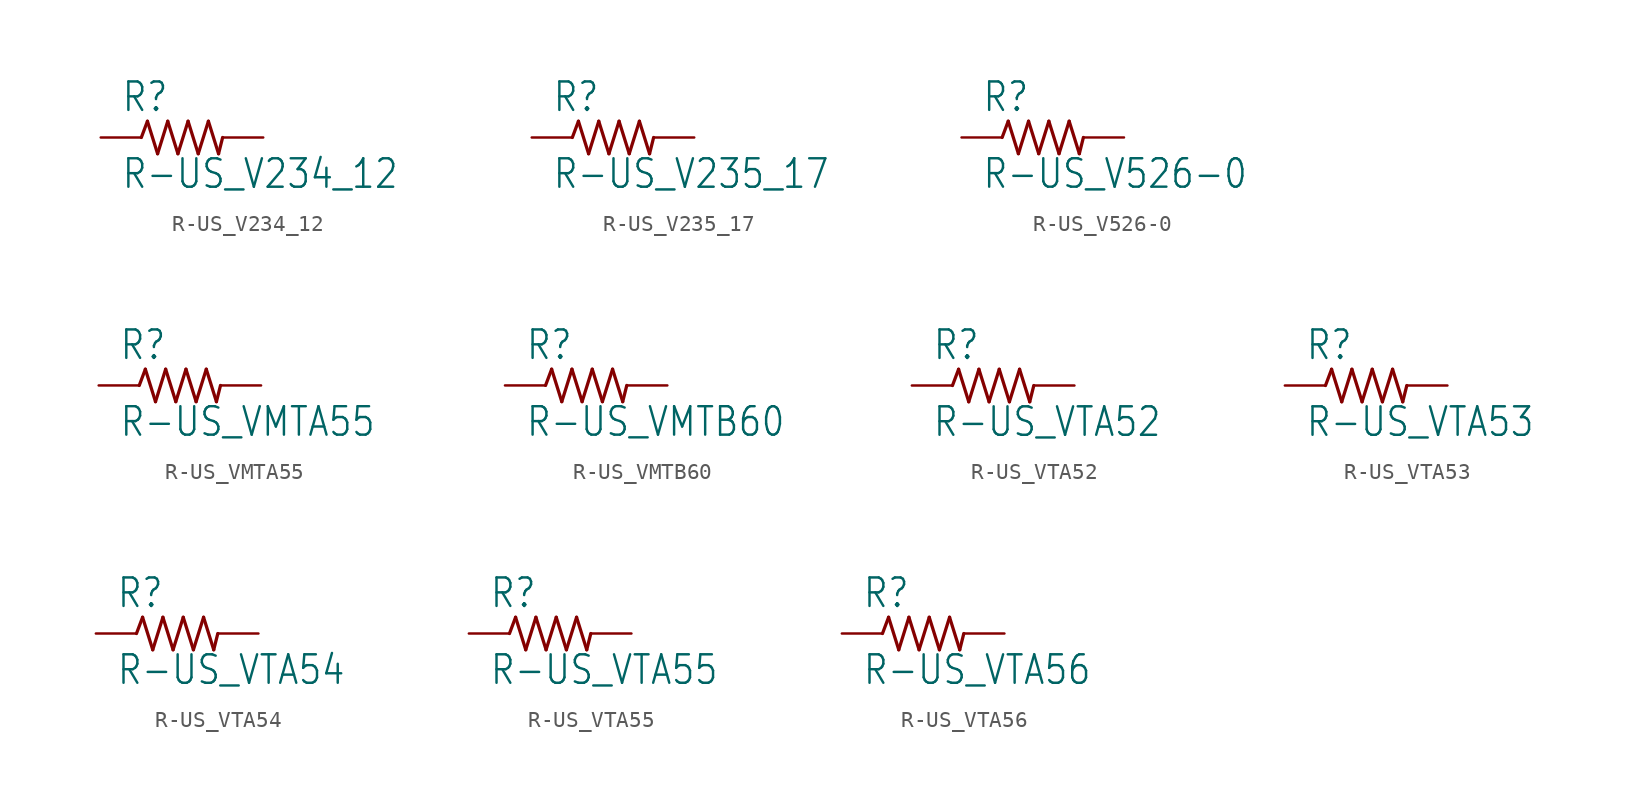
<source format=kicad_sym>
(kicad_symbol_lib
  (version 20201005)
  (generator kicad_symbol_editor)
  (symbol "R-US_V234_12"
    (property "Reference" "R"
      (at -3.81 1.499 0)
      (effects (font (size 1.778 1.511)) (justify left bottom)))
    (property "Value" "R-US_V234_12"
      (at -3.81 -3.302 0)
      (effects (font (size 1.778 1.511)) (justify left bottom)))
    (property "ki_locked" ""
      (at 0 0 0)
      (effects (font (size 1.27 1.27))))
    (symbol "R-US_V234_12_1_0"
      (polyline (pts (xy -2.54 0) (xy -2.159 1.016)) (stroke (width 0.203)) (fill (type none)))
      (polyline (pts (xy -2.159 1.016) (xy -1.524 -1.016)) (stroke (width 0.203)) (fill (type none)))
      (polyline (pts (xy -1.524 -1.016) (xy -0.889 1.016)) (stroke (width 0.203)) (fill (type none)))
      (polyline (pts (xy -0.889 1.016) (xy -0.254 -1.016)) (stroke (width 0.203)) (fill (type none)))
      (polyline (pts (xy -0.254 -1.016) (xy 0.381 1.016)) (stroke (width 0.203)) (fill (type none)))
      (polyline (pts (xy 0.381 1.016) (xy 1.016 -1.016)) (stroke (width 0.203)) (fill (type none)))
      (polyline (pts (xy 1.016 -1.016) (xy 1.651 1.016)) (stroke (width 0.203)) (fill (type none)))
      (polyline (pts (xy 1.651 1.016) (xy 2.286 -1.016)) (stroke (width 0.203)) (fill (type none)))
      (polyline (pts (xy 2.286 -1.016) (xy 2.54 0)) (stroke (width 0.203)) (fill (type none)))
      (pin passive line (at 5.08 0 180) (length 2.54) (name "2" (effects (font (size 0 0)))) (number "2" (effects (font (size 0 0)))))
      (pin passive line (at -5.08 0 0) (length 2.54) (name "1" (effects (font (size 0 0)))) (number "1" (effects (font (size 0 0)))))))
  (symbol "R-US_V235_17"
    (property "Reference" "R"
      (at -3.81 1.499 0)
      (effects (font (size 1.778 1.511)) (justify left bottom)))
    (property "Value" "R-US_V235_17"
      (at -3.81 -3.302 0)
      (effects (font (size 1.778 1.511)) (justify left bottom)))
    (property "ki_locked" ""
      (at 0 0 0)
      (effects (font (size 1.27 1.27))))
    (symbol "R-US_V235_17_1_0"
      (polyline (pts (xy -2.54 0) (xy -2.159 1.016)) (stroke (width 0.203)) (fill (type none)))
      (polyline (pts (xy -2.159 1.016) (xy -1.524 -1.016)) (stroke (width 0.203)) (fill (type none)))
      (polyline (pts (xy -1.524 -1.016) (xy -0.889 1.016)) (stroke (width 0.203)) (fill (type none)))
      (polyline (pts (xy -0.889 1.016) (xy -0.254 -1.016)) (stroke (width 0.203)) (fill (type none)))
      (polyline (pts (xy -0.254 -1.016) (xy 0.381 1.016)) (stroke (width 0.203)) (fill (type none)))
      (polyline (pts (xy 0.381 1.016) (xy 1.016 -1.016)) (stroke (width 0.203)) (fill (type none)))
      (polyline (pts (xy 1.016 -1.016) (xy 1.651 1.016)) (stroke (width 0.203)) (fill (type none)))
      (polyline (pts (xy 1.651 1.016) (xy 2.286 -1.016)) (stroke (width 0.203)) (fill (type none)))
      (polyline (pts (xy 2.286 -1.016) (xy 2.54 0)) (stroke (width 0.203)) (fill (type none)))
      (pin passive line (at 5.08 0 180) (length 2.54) (name "2" (effects (font (size 0 0)))) (number "2" (effects (font (size 0 0)))))
      (pin passive line (at -5.08 0 0) (length 2.54) (name "1" (effects (font (size 0 0)))) (number "1" (effects (font (size 0 0)))))))
  (symbol "R-US_V526-0"
    (property "Reference" "R"
      (at -3.81 1.499 0)
      (effects (font (size 1.778 1.511)) (justify left bottom)))
    (property "Value" "R-US_V526-0"
      (at -3.81 -3.302 0)
      (effects (font (size 1.778 1.511)) (justify left bottom)))
    (property "ki_locked" ""
      (at 0 0 0)
      (effects (font (size 1.27 1.27))))
    (symbol "R-US_V526-0_1_0"
      (polyline (pts (xy -2.54 0) (xy -2.159 1.016)) (stroke (width 0.203)) (fill (type none)))
      (polyline (pts (xy -2.159 1.016) (xy -1.524 -1.016)) (stroke (width 0.203)) (fill (type none)))
      (polyline (pts (xy -1.524 -1.016) (xy -0.889 1.016)) (stroke (width 0.203)) (fill (type none)))
      (polyline (pts (xy -0.889 1.016) (xy -0.254 -1.016)) (stroke (width 0.203)) (fill (type none)))
      (polyline (pts (xy -0.254 -1.016) (xy 0.381 1.016)) (stroke (width 0.203)) (fill (type none)))
      (polyline (pts (xy 0.381 1.016) (xy 1.016 -1.016)) (stroke (width 0.203)) (fill (type none)))
      (polyline (pts (xy 1.016 -1.016) (xy 1.651 1.016)) (stroke (width 0.203)) (fill (type none)))
      (polyline (pts (xy 1.651 1.016) (xy 2.286 -1.016)) (stroke (width 0.203)) (fill (type none)))
      (polyline (pts (xy 2.286 -1.016) (xy 2.54 0)) (stroke (width 0.203)) (fill (type none)))
      (pin passive line (at 5.08 0 180) (length 2.54) (name "2" (effects (font (size 0 0)))) (number "2" (effects (font (size 0 0)))))
      (pin passive line (at -5.08 0 0) (length 2.54) (name "1" (effects (font (size 0 0)))) (number "1" (effects (font (size 0 0)))))))
  (symbol "R-US_VMTA55"
    (property "Reference" "R"
      (at -3.81 1.499 0)
      (effects (font (size 1.778 1.511)) (justify left bottom)))
    (property "Value" "R-US_VMTA55"
      (at -3.81 -3.302 0)
      (effects (font (size 1.778 1.511)) (justify left bottom)))
    (property "ki_locked" ""
      (at 0 0 0)
      (effects (font (size 1.27 1.27))))
    (symbol "R-US_VMTA55_1_0"
      (polyline (pts (xy -2.54 0) (xy -2.159 1.016)) (stroke (width 0.203)) (fill (type none)))
      (polyline (pts (xy -2.159 1.016) (xy -1.524 -1.016)) (stroke (width 0.203)) (fill (type none)))
      (polyline (pts (xy -1.524 -1.016) (xy -0.889 1.016)) (stroke (width 0.203)) (fill (type none)))
      (polyline (pts (xy -0.889 1.016) (xy -0.254 -1.016)) (stroke (width 0.203)) (fill (type none)))
      (polyline (pts (xy -0.254 -1.016) (xy 0.381 1.016)) (stroke (width 0.203)) (fill (type none)))
      (polyline (pts (xy 0.381 1.016) (xy 1.016 -1.016)) (stroke (width 0.203)) (fill (type none)))
      (polyline (pts (xy 1.016 -1.016) (xy 1.651 1.016)) (stroke (width 0.203)) (fill (type none)))
      (polyline (pts (xy 1.651 1.016) (xy 2.286 -1.016)) (stroke (width 0.203)) (fill (type none)))
      (polyline (pts (xy 2.286 -1.016) (xy 2.54 0)) (stroke (width 0.203)) (fill (type none)))
      (pin passive line (at 5.08 0 180) (length 2.54) (name "2" (effects (font (size 0 0)))) (number "2" (effects (font (size 0 0)))))
      (pin passive line (at -5.08 0 0) (length 2.54) (name "1" (effects (font (size 0 0)))) (number "1" (effects (font (size 0 0)))))))
  (symbol "R-US_VMTB60"
    (property "Reference" "R"
      (at -3.81 1.499 0)
      (effects (font (size 1.778 1.511)) (justify left bottom)))
    (property "Value" "R-US_VMTB60"
      (at -3.81 -3.302 0)
      (effects (font (size 1.778 1.511)) (justify left bottom)))
    (property "ki_locked" ""
      (at 0 0 0)
      (effects (font (size 1.27 1.27))))
    (symbol "R-US_VMTB60_1_0"
      (polyline (pts (xy -2.54 0) (xy -2.159 1.016)) (stroke (width 0.203)) (fill (type none)))
      (polyline (pts (xy -2.159 1.016) (xy -1.524 -1.016)) (stroke (width 0.203)) (fill (type none)))
      (polyline (pts (xy -1.524 -1.016) (xy -0.889 1.016)) (stroke (width 0.203)) (fill (type none)))
      (polyline (pts (xy -0.889 1.016) (xy -0.254 -1.016)) (stroke (width 0.203)) (fill (type none)))
      (polyline (pts (xy -0.254 -1.016) (xy 0.381 1.016)) (stroke (width 0.203)) (fill (type none)))
      (polyline (pts (xy 0.381 1.016) (xy 1.016 -1.016)) (stroke (width 0.203)) (fill (type none)))
      (polyline (pts (xy 1.016 -1.016) (xy 1.651 1.016)) (stroke (width 0.203)) (fill (type none)))
      (polyline (pts (xy 1.651 1.016) (xy 2.286 -1.016)) (stroke (width 0.203)) (fill (type none)))
      (polyline (pts (xy 2.286 -1.016) (xy 2.54 0)) (stroke (width 0.203)) (fill (type none)))
      (pin passive line (at 5.08 0 180) (length 2.54) (name "2" (effects (font (size 0 0)))) (number "2" (effects (font (size 0 0)))))
      (pin passive line (at -5.08 0 0) (length 2.54) (name "1" (effects (font (size 0 0)))) (number "1" (effects (font (size 0 0)))))))
  (symbol "R-US_VTA52"
    (property "Reference" "R"
      (at -3.81 1.499 0)
      (effects (font (size 1.778 1.511)) (justify left bottom)))
    (property "Value" "R-US_VTA52"
      (at -3.81 -3.302 0)
      (effects (font (size 1.778 1.511)) (justify left bottom)))
    (property "ki_locked" ""
      (at 0 0 0)
      (effects (font (size 1.27 1.27))))
    (symbol "R-US_VTA52_1_0"
      (polyline (pts (xy -2.54 0) (xy -2.159 1.016)) (stroke (width 0.203)) (fill (type none)))
      (polyline (pts (xy -2.159 1.016) (xy -1.524 -1.016)) (stroke (width 0.203)) (fill (type none)))
      (polyline (pts (xy -1.524 -1.016) (xy -0.889 1.016)) (stroke (width 0.203)) (fill (type none)))
      (polyline (pts (xy -0.889 1.016) (xy -0.254 -1.016)) (stroke (width 0.203)) (fill (type none)))
      (polyline (pts (xy -0.254 -1.016) (xy 0.381 1.016)) (stroke (width 0.203)) (fill (type none)))
      (polyline (pts (xy 0.381 1.016) (xy 1.016 -1.016)) (stroke (width 0.203)) (fill (type none)))
      (polyline (pts (xy 1.016 -1.016) (xy 1.651 1.016)) (stroke (width 0.203)) (fill (type none)))
      (polyline (pts (xy 1.651 1.016) (xy 2.286 -1.016)) (stroke (width 0.203)) (fill (type none)))
      (polyline (pts (xy 2.286 -1.016) (xy 2.54 0)) (stroke (width 0.203)) (fill (type none)))
      (pin passive line (at 5.08 0 180) (length 2.54) (name "2" (effects (font (size 0 0)))) (number "2" (effects (font (size 0 0)))))
      (pin passive line (at -5.08 0 0) (length 2.54) (name "1" (effects (font (size 0 0)))) (number "1" (effects (font (size 0 0)))))))
  (symbol "R-US_VTA53"
    (property "Reference" "R"
      (at -3.81 1.499 0)
      (effects (font (size 1.778 1.511)) (justify left bottom)))
    (property "Value" "R-US_VTA53"
      (at -3.81 -3.302 0)
      (effects (font (size 1.778 1.511)) (justify left bottom)))
    (property "ki_locked" ""
      (at 0 0 0)
      (effects (font (size 1.27 1.27))))
    (symbol "R-US_VTA53_1_0"
      (polyline (pts (xy -2.54 0) (xy -2.159 1.016)) (stroke (width 0.203)) (fill (type none)))
      (polyline (pts (xy -2.159 1.016) (xy -1.524 -1.016)) (stroke (width 0.203)) (fill (type none)))
      (polyline (pts (xy -1.524 -1.016) (xy -0.889 1.016)) (stroke (width 0.203)) (fill (type none)))
      (polyline (pts (xy -0.889 1.016) (xy -0.254 -1.016)) (stroke (width 0.203)) (fill (type none)))
      (polyline (pts (xy -0.254 -1.016) (xy 0.381 1.016)) (stroke (width 0.203)) (fill (type none)))
      (polyline (pts (xy 0.381 1.016) (xy 1.016 -1.016)) (stroke (width 0.203)) (fill (type none)))
      (polyline (pts (xy 1.016 -1.016) (xy 1.651 1.016)) (stroke (width 0.203)) (fill (type none)))
      (polyline (pts (xy 1.651 1.016) (xy 2.286 -1.016)) (stroke (width 0.203)) (fill (type none)))
      (polyline (pts (xy 2.286 -1.016) (xy 2.54 0)) (stroke (width 0.203)) (fill (type none)))
      (pin passive line (at 5.08 0 180) (length 2.54) (name "2" (effects (font (size 0 0)))) (number "2" (effects (font (size 0 0)))))
      (pin passive line (at -5.08 0 0) (length 2.54) (name "1" (effects (font (size 0 0)))) (number "1" (effects (font (size 0 0)))))))
  (symbol "R-US_VTA54"
    (property "Reference" "R"
      (at -3.81 1.499 0)
      (effects (font (size 1.778 1.511)) (justify left bottom)))
    (property "Value" "R-US_VTA54"
      (at -3.81 -3.302 0)
      (effects (font (size 1.778 1.511)) (justify left bottom)))
    (property "ki_locked" ""
      (at 0 0 0)
      (effects (font (size 1.27 1.27))))
    (symbol "R-US_VTA54_1_0"
      (polyline (pts (xy -2.54 0) (xy -2.159 1.016)) (stroke (width 0.203)) (fill (type none)))
      (polyline (pts (xy -2.159 1.016) (xy -1.524 -1.016)) (stroke (width 0.203)) (fill (type none)))
      (polyline (pts (xy -1.524 -1.016) (xy -0.889 1.016)) (stroke (width 0.203)) (fill (type none)))
      (polyline (pts (xy -0.889 1.016) (xy -0.254 -1.016)) (stroke (width 0.203)) (fill (type none)))
      (polyline (pts (xy -0.254 -1.016) (xy 0.381 1.016)) (stroke (width 0.203)) (fill (type none)))
      (polyline (pts (xy 0.381 1.016) (xy 1.016 -1.016)) (stroke (width 0.203)) (fill (type none)))
      (polyline (pts (xy 1.016 -1.016) (xy 1.651 1.016)) (stroke (width 0.203)) (fill (type none)))
      (polyline (pts (xy 1.651 1.016) (xy 2.286 -1.016)) (stroke (width 0.203)) (fill (type none)))
      (polyline (pts (xy 2.286 -1.016) (xy 2.54 0)) (stroke (width 0.203)) (fill (type none)))
      (pin passive line (at 5.08 0 180) (length 2.54) (name "2" (effects (font (size 0 0)))) (number "2" (effects (font (size 0 0)))))
      (pin passive line (at -5.08 0 0) (length 2.54) (name "1" (effects (font (size 0 0)))) (number "1" (effects (font (size 0 0)))))))
  (symbol "R-US_VTA55"
    (property "Reference" "R"
      (at -3.81 1.499 0)
      (effects (font (size 1.778 1.511)) (justify left bottom)))
    (property "Value" "R-US_VTA55"
      (at -3.81 -3.302 0)
      (effects (font (size 1.778 1.511)) (justify left bottom)))
    (property "ki_locked" ""
      (at 0 0 0)
      (effects (font (size 1.27 1.27))))
    (symbol "R-US_VTA55_1_0"
      (polyline (pts (xy -2.54 0) (xy -2.159 1.016)) (stroke (width 0.203)) (fill (type none)))
      (polyline (pts (xy -2.159 1.016) (xy -1.524 -1.016)) (stroke (width 0.203)) (fill (type none)))
      (polyline (pts (xy -1.524 -1.016) (xy -0.889 1.016)) (stroke (width 0.203)) (fill (type none)))
      (polyline (pts (xy -0.889 1.016) (xy -0.254 -1.016)) (stroke (width 0.203)) (fill (type none)))
      (polyline (pts (xy -0.254 -1.016) (xy 0.381 1.016)) (stroke (width 0.203)) (fill (type none)))
      (polyline (pts (xy 0.381 1.016) (xy 1.016 -1.016)) (stroke (width 0.203)) (fill (type none)))
      (polyline (pts (xy 1.016 -1.016) (xy 1.651 1.016)) (stroke (width 0.203)) (fill (type none)))
      (polyline (pts (xy 1.651 1.016) (xy 2.286 -1.016)) (stroke (width 0.203)) (fill (type none)))
      (polyline (pts (xy 2.286 -1.016) (xy 2.54 0)) (stroke (width 0.203)) (fill (type none)))
      (pin passive line (at 5.08 0 180) (length 2.54) (name "2" (effects (font (size 0 0)))) (number "2" (effects (font (size 0 0)))))
      (pin passive line (at -5.08 0 0) (length 2.54) (name "1" (effects (font (size 0 0)))) (number "1" (effects (font (size 0 0)))))))
  (symbol "R-US_VTA56"
    (property "Reference" "R"
      (at -3.81 1.499 0)
      (effects (font (size 1.778 1.511)) (justify left bottom)))
    (property "Value" "R-US_VTA56"
      (at -3.81 -3.302 0)
      (effects (font (size 1.778 1.511)) (justify left bottom)))
    (property "ki_locked" ""
      (at 0 0 0)
      (effects (font (size 1.27 1.27))))
    (symbol "R-US_VTA56_1_0"
      (polyline (pts (xy -2.54 0) (xy -2.159 1.016)) (stroke (width 0.203)) (fill (type none)))
      (polyline (pts (xy -2.159 1.016) (xy -1.524 -1.016)) (stroke (width 0.203)) (fill (type none)))
      (polyline (pts (xy -1.524 -1.016) (xy -0.889 1.016)) (stroke (width 0.203)) (fill (type none)))
      (polyline (pts (xy -0.889 1.016) (xy -0.254 -1.016)) (stroke (width 0.203)) (fill (type none)))
      (polyline (pts (xy -0.254 -1.016) (xy 0.381 1.016)) (stroke (width 0.203)) (fill (type none)))
      (polyline (pts (xy 0.381 1.016) (xy 1.016 -1.016)) (stroke (width 0.203)) (fill (type none)))
      (polyline (pts (xy 1.016 -1.016) (xy 1.651 1.016)) (stroke (width 0.203)) (fill (type none)))
      (polyline (pts (xy 1.651 1.016) (xy 2.286 -1.016)) (stroke (width 0.203)) (fill (type none)))
      (polyline (pts (xy 2.286 -1.016) (xy 2.54 0)) (stroke (width 0.203)) (fill (type none)))
      (pin passive line (at 5.08 0 180) (length 2.54) (name "2" (effects (font (size 0 0)))) (number "2" (effects (font (size 0 0)))))
      (pin passive line (at -5.08 0 0) (length 2.54) (name "1" (effects (font (size 0 0)))) (number "1" (effects (font (size 0 0))))))))
</source>
